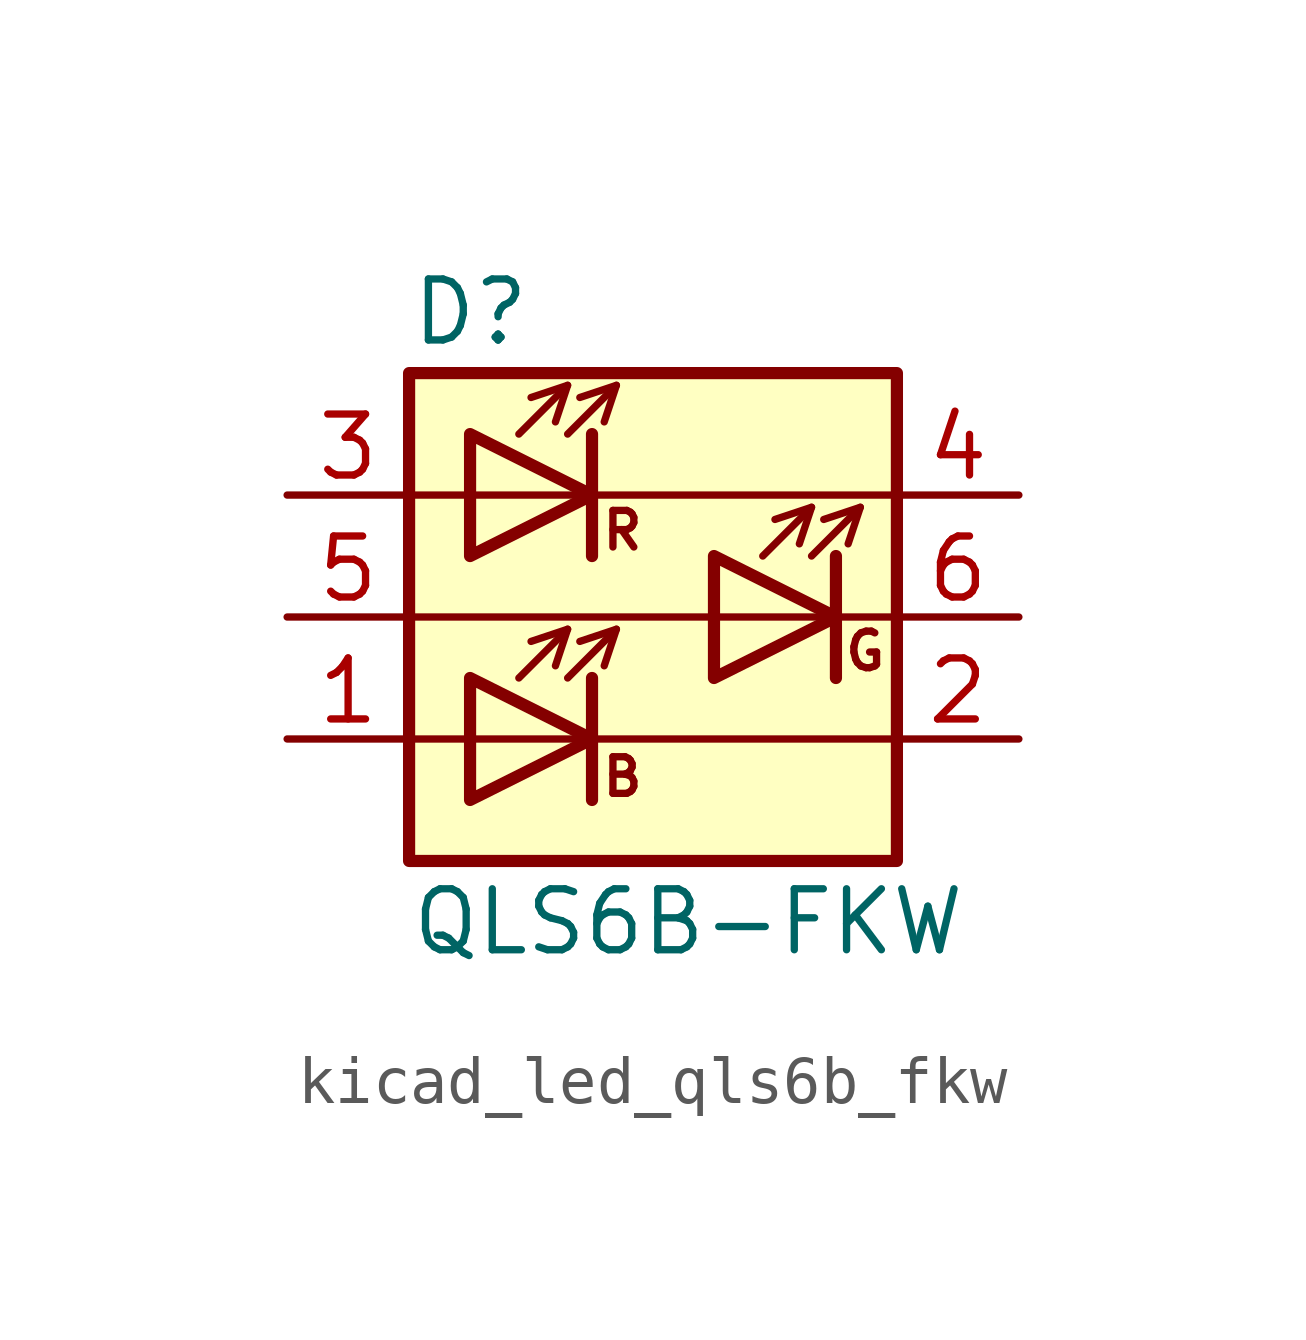
<source format=kicad_sym>
(kicad_symbol_lib
  (version 20220914)
  (generator kicad_symbol_editor)
  (symbol "kicad_led_qls6b_fkw"
    (pin_names hide)
    (property "Reference" "D"
      (at -5.08 6.35 0)
      (effects (font (size 1.27 1.27)) (justify left)))
    (property "Value" "QLS6B-FKW"
      (at -5.08 -6.35 0)
      (effects (font (size 1.27 1.27)) (justify left)))
    (symbol "kicad_led_qls6b_fkw_0_0"
      (text "B" (at -0.635 -3.327 0) (effects (font (size 0.762 0.762))))
      (text "G" (at 4.42 -0.711 0) (effects (font (size 0.762 0.762))))
      (text "R" (at -0.635 1.803 0) (effects (font (size 0.762 0.762)))))
    (symbol "kicad_led_qls6b_fkw_0_1"
      (rectangle (start -5.08 5.08) (end 5.08 -5.08) (stroke (width 0.254) (type default)) (fill (type background)))
      (polyline (pts (xy -5.08 -2.54) (xy 5.08 -2.54)) (stroke (width 0) (type default)) (fill (type none)))
      (polyline (pts (xy -5.08 0) (xy 5.08 0)) (stroke (width 0) (type default)) (fill (type none)))
      (polyline (pts (xy -5.08 2.54) (xy 5.08 2.54)) (stroke (width 0) (type default)) (fill (type none)))
      (polyline (pts (xy -2.794 -1.27) (xy -1.778 -0.254)) (stroke (width 0) (type default)) (fill (type none)))
      (polyline (pts (xy -2.794 3.81) (xy -1.778 4.826)) (stroke (width 0) (type default)) (fill (type none)))
      (polyline (pts (xy -1.778 -1.27) (xy -0.762 -0.254)) (stroke (width 0) (type default)) (fill (type none)))
      (polyline (pts (xy -1.778 3.81) (xy -0.762 4.826)) (stroke (width 0) (type default)) (fill (type none)))
      (polyline (pts (xy -1.27 -1.27) (xy -1.27 -3.81)) (stroke (width 0.254) (type default)) (fill (type none)))
      (polyline (pts (xy -1.27 3.81) (xy -1.27 1.27)) (stroke (width 0.254) (type default)) (fill (type none)))
      (polyline (pts (xy 2.286 1.27) (xy 3.302 2.286)) (stroke (width 0) (type default)) (fill (type none)))
      (polyline (pts (xy 3.302 1.27) (xy 4.318 2.286)) (stroke (width 0) (type default)) (fill (type none)))
      (polyline (pts (xy 3.81 1.27) (xy 3.81 -1.27)) (stroke (width 0.254) (type default)) (fill (type none)))
      (polyline (pts (xy -2.54 4.572) (xy -1.778 4.826) (xy -2.032 4.064)) (stroke (width 0) (type default)) (fill (type none)))
      (polyline (pts (xy -2.032 -1.016) (xy -1.778 -0.254) (xy -2.54 -0.508)) (stroke (width 0) (type default)) (fill (type none)))
      (polyline (pts (xy -1.524 -0.508) (xy -0.762 -0.254) (xy -1.016 -1.016)) (stroke (width 0) (type default)) (fill (type none)))
      (polyline (pts (xy -1.524 4.572) (xy -0.762 4.826) (xy -1.016 4.064)) (stroke (width 0) (type default)) (fill (type none)))
      (polyline (pts (xy 3.048 1.524) (xy 3.302 2.286) (xy 2.54 2.032)) (stroke (width 0) (type default)) (fill (type none)))
      (polyline (pts (xy 3.556 2.032) (xy 4.318 2.286) (xy 4.064 1.524)) (stroke (width 0) (type default)) (fill (type none)))
      (polyline (pts (xy -3.81 -1.27) (xy -3.81 -3.81) (xy -1.27 -2.54) (xy -3.81 -1.27)) (stroke (width 0.254) (type default)) (fill (type none)))
      (polyline (pts (xy -3.81 3.81) (xy -3.81 1.27) (xy -1.27 2.54) (xy -3.81 3.81)) (stroke (width 0.254) (type default)) (fill (type none)))
      (polyline (pts (xy 1.27 1.27) (xy 1.27 -1.27) (xy 3.81 0) (xy 1.27 1.27)) (stroke (width 0.254) (type default)) (fill (type none))))
    (symbol "kicad_led_qls6b_fkw_1_1"
      (pin passive line (at -7.62 -2.54 0) (length 2.54) (name "AB" (effects (font (size 1.27 1.27)))) (number "1" (effects (font (size 1.27 1.27)))))
      (pin passive line (at 7.62 -2.54 180) (length 2.54) (name "KB" (effects (font (size 1.27 1.27)))) (number "2" (effects (font (size 1.27 1.27)))))
      (pin passive line (at -7.62 2.54 0) (length 2.54) (name "AR" (effects (font (size 1.27 1.27)))) (number "3" (effects (font (size 1.27 1.27)))))
      (pin passive line (at 7.62 2.54 180) (length 2.54) (name "KR" (effects (font (size 1.27 1.27)))) (number "4" (effects (font (size 1.27 1.27)))))
      (pin passive line (at -7.62 0 0) (length 2.54) (name "AG" (effects (font (size 1.27 1.27)))) (number "5" (effects (font (size 1.27 1.27)))))
      (pin passive line (at 7.62 0 180) (length 2.54) (name "KR" (effects (font (size 1.27 1.27)))) (number "6" (effects (font (size 1.27 1.27))))))))
</source>
